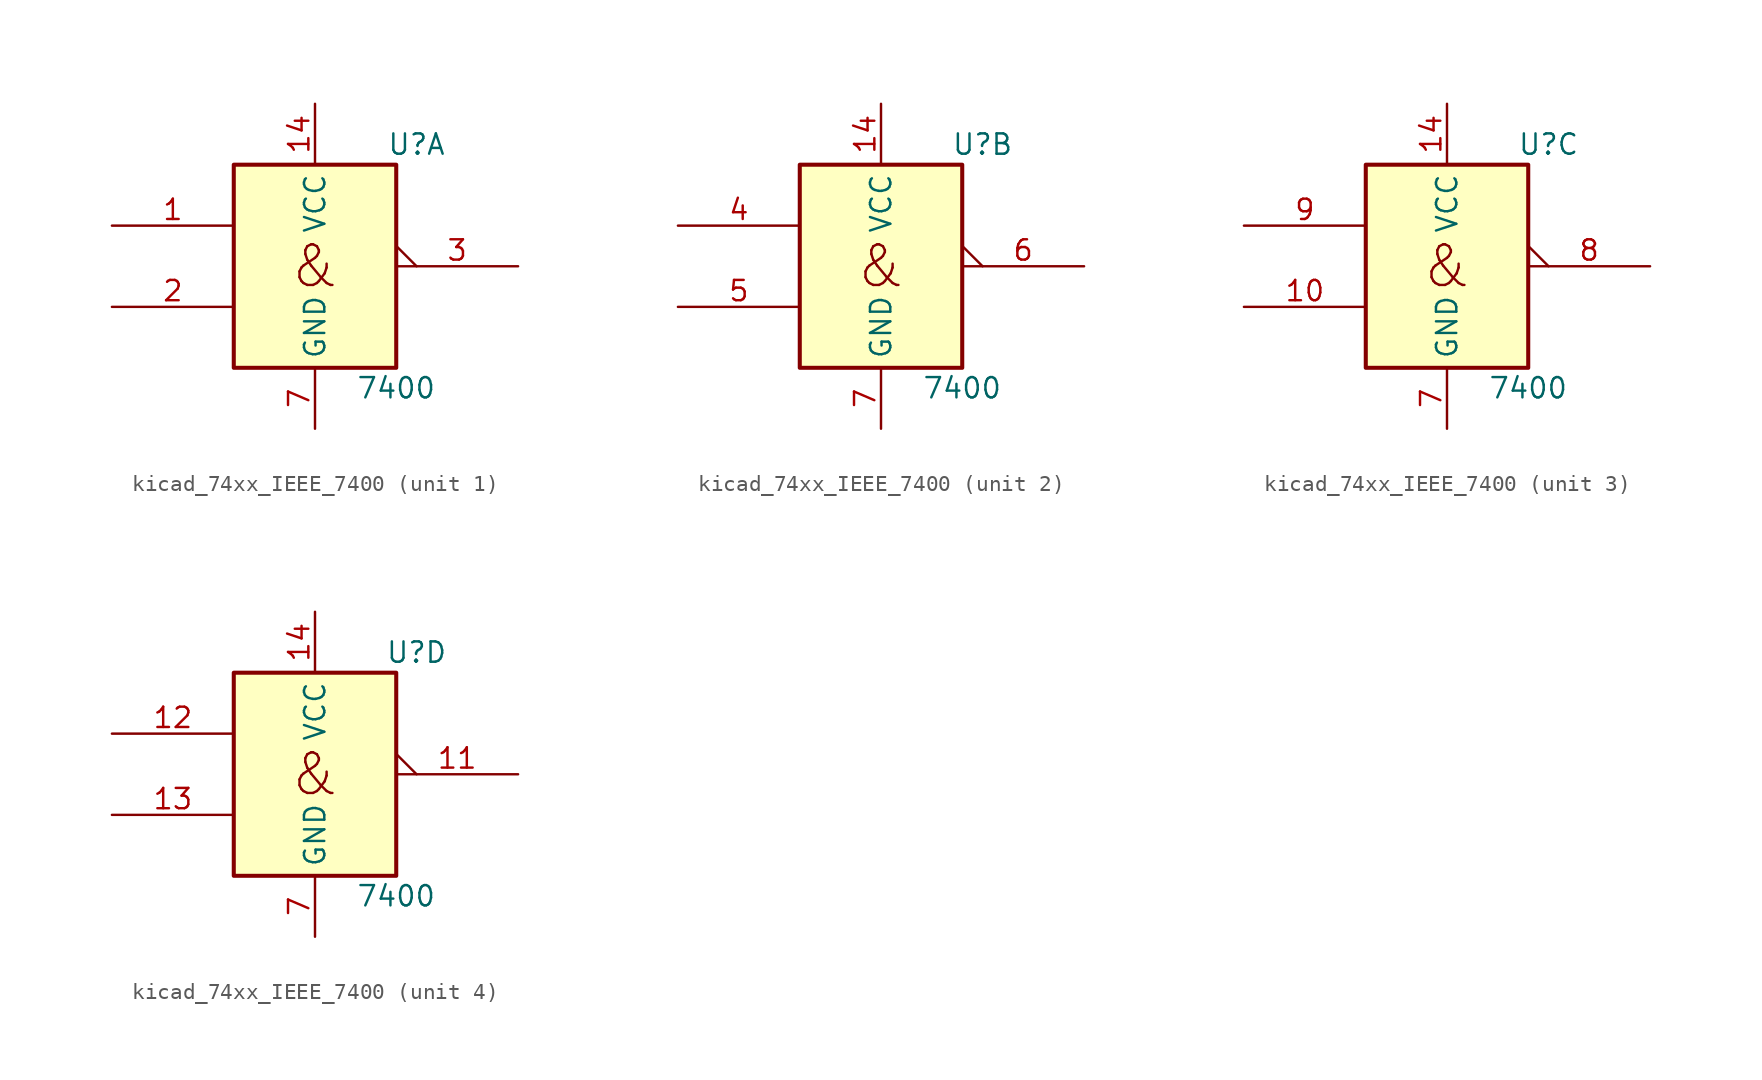
<source format=kicad_sym>
(kicad_symbol_lib
  (version 20220914)
  (generator kicad_symbol_editor)
  (symbol "kicad_74xx_IEEE_7400"
    (property "Reference" "U"
      (at 6.35 7.62 0)
      (effects (font (size 1.27 1.27))))
    (property "Value" "7400"
      (at 5.08 -7.62 0)
      (effects (font (size 1.27 1.27))))
    (symbol "kicad_74xx_IEEE_7400_0_0"
      (text "&" (at 0 0 0) (effects (font (size 2.54 2.54)))))
    (symbol "kicad_74xx_IEEE_7400_0_1"
      (rectangle (start -5.08 6.35) (end 5.08 -6.35) (stroke (width 0.254) (type default)) (fill (type background)))
      (pin power_in line (at 0 10.16 270) (length 3.81) (name "VCC" (effects (font (size 1.27 1.27)))) (number "14" (effects (font (size 1.27 1.27)))))
      (pin power_in line (at 0 -10.16 90) (length 3.81) (name "GND" (effects (font (size 1.27 1.27)))) (number "7" (effects (font (size 1.27 1.27))))))
    (symbol "kicad_74xx_IEEE_7400_1_1"
      (pin input line (at -12.7 2.54 0) (length 7.62) (name "~" (effects (font (size 1.27 1.27)))) (number "1" (effects (font (size 1.27 1.27)))))
      (pin input line (at -12.7 -2.54 0) (length 7.62) (name "~" (effects (font (size 1.27 1.27)))) (number "2" (effects (font (size 1.27 1.27)))))
      (pin output output_low (at 12.7 0 180) (length 7.62) (name "~" (effects (font (size 1.27 1.27)))) (number "3" (effects (font (size 1.27 1.27))))))
    (symbol "kicad_74xx_IEEE_7400_2_1"
      (pin input line (at -12.7 2.54 0) (length 7.62) (name "~" (effects (font (size 1.27 1.27)))) (number "4" (effects (font (size 1.27 1.27)))))
      (pin input line (at -12.7 -2.54 0) (length 7.62) (name "~" (effects (font (size 1.27 1.27)))) (number "5" (effects (font (size 1.27 1.27)))))
      (pin output output_low (at 12.7 0 180) (length 7.62) (name "~" (effects (font (size 1.27 1.27)))) (number "6" (effects (font (size 1.27 1.27))))))
    (symbol "kicad_74xx_IEEE_7400_3_1"
      (pin input line (at -12.7 -2.54 0) (length 7.62) (name "~" (effects (font (size 1.27 1.27)))) (number "10" (effects (font (size 1.27 1.27)))))
      (pin output output_low (at 12.7 0 180) (length 7.62) (name "~" (effects (font (size 1.27 1.27)))) (number "8" (effects (font (size 1.27 1.27)))))
      (pin input line (at -12.7 2.54 0) (length 7.62) (name "~" (effects (font (size 1.27 1.27)))) (number "9" (effects (font (size 1.27 1.27))))))
    (symbol "kicad_74xx_IEEE_7400_4_1"
      (pin output output_low (at 12.7 0 180) (length 7.62) (name "~" (effects (font (size 1.27 1.27)))) (number "11" (effects (font (size 1.27 1.27)))))
      (pin input line (at -12.7 2.54 0) (length 7.62) (name "~" (effects (font (size 1.27 1.27)))) (number "12" (effects (font (size 1.27 1.27)))))
      (pin input line (at -12.7 -2.54 0) (length 7.62) (name "~" (effects (font (size 1.27 1.27)))) (number "13" (effects (font (size 1.27 1.27))))))))
</source>
